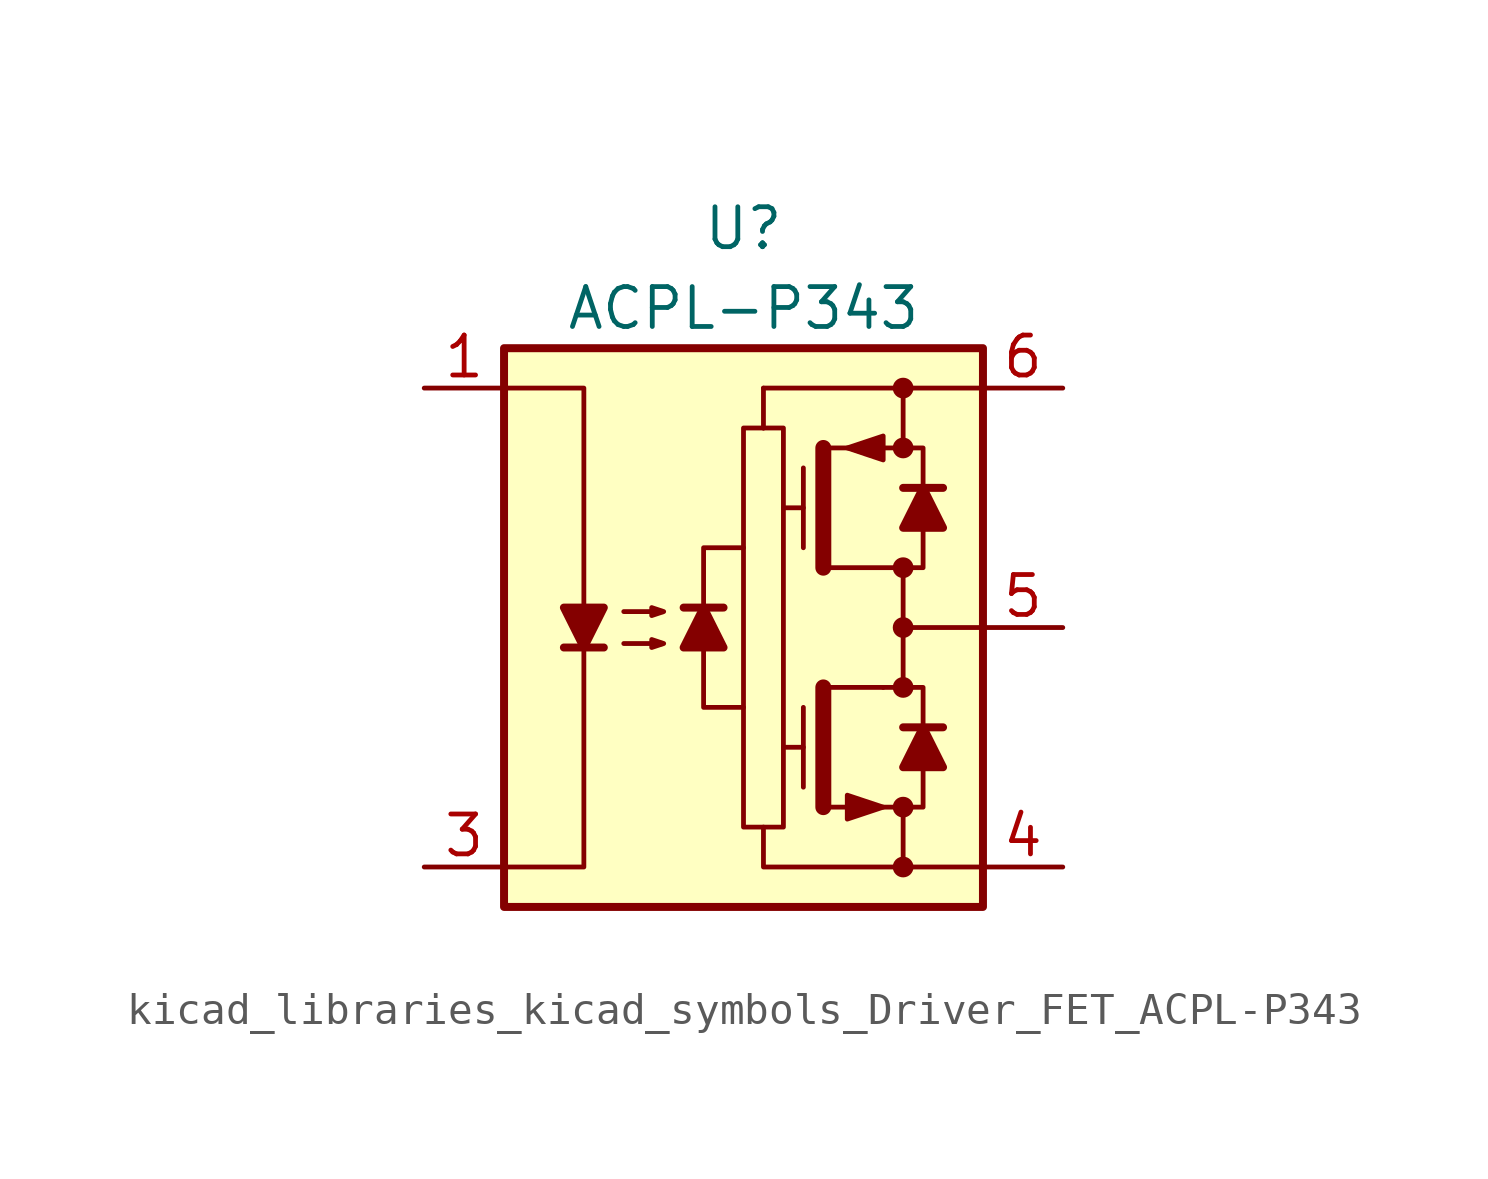
<source format=kicad_sym>
(kicad_symbol_lib
  (version 20220914)
  (generator kicad_symbol_editor)
  (symbol "kicad_libraries_kicad_symbols_Driver_FET_ACPL-P343"
    (pin_names hide)
    (property "Reference" "U"
      (at 0 12.7 0)
      (effects (font (size 1.27 1.27))))
    (property "Value" "ACPL-P343"
      (at 0 10.16 0)
      (effects (font (size 1.27 1.27))))
    (symbol "kicad_libraries_kicad_symbols_Driver_FET_ACPL-P343_0_1"
      (rectangle (start -7.62 8.89) (end 7.62 -8.89) (stroke (width 0.254) (type default)) (fill (type background)))
      (polyline (pts (xy -5.715 -0.635) (xy -4.445 -0.635)) (stroke (width 0.254) (type default)) (fill (type none)))
      (polyline (pts (xy -0.635 0.635) (xy -1.905 0.635)) (stroke (width 0.254) (type default)) (fill (type none)))
      (polyline (pts (xy 1.27 -3.81) (xy 1.905 -3.81)) (stroke (width 0) (type default)) (fill (type none)))
      (polyline (pts (xy 1.27 3.81) (xy 1.905 3.81)) (stroke (width 0) (type default)) (fill (type none)))
      (polyline (pts (xy 1.905 -5.08) (xy 1.905 -2.54)) (stroke (width 0) (type default)) (fill (type none)))
      (polyline (pts (xy 1.905 2.54) (xy 1.905 5.08)) (stroke (width 0) (type default)) (fill (type none)))
      (polyline (pts (xy 2.54 -5.715) (xy 2.54 -1.905)) (stroke (width 0.508) (type default)) (fill (type none)))
      (polyline (pts (xy 2.54 1.905) (xy 2.54 5.715)) (stroke (width 0.508) (type default)) (fill (type none)))
      (polyline (pts (xy 4.445 -1.905) (xy 2.54 -1.905)) (stroke (width 0) (type default)) (fill (type none)))
      (polyline (pts (xy 4.445 5.715) (xy 2.54 5.715)) (stroke (width 0) (type default)) (fill (type none)))
      (polyline (pts (xy 5.08 -5.715) (xy 5.08 -7.62)) (stroke (width 0) (type default)) (fill (type none)))
      (polyline (pts (xy 5.08 0) (xy 7.62 0)) (stroke (width 0) (type default)) (fill (type none)))
      (polyline (pts (xy 5.08 1.905) (xy 5.08 -1.905)) (stroke (width 0) (type default)) (fill (type none)))
      (polyline (pts (xy 5.08 7.62) (xy 5.08 5.715)) (stroke (width 0) (type default)) (fill (type none)))
      (polyline (pts (xy 6.35 -3.175) (xy 5.08 -3.175)) (stroke (width 0.254) (type default)) (fill (type none)))
      (polyline (pts (xy 6.35 4.445) (xy 5.08 4.445)) (stroke (width 0.254) (type default)) (fill (type none)))
      (polyline (pts (xy 7.62 7.62) (xy 0.635 7.62)) (stroke (width 0) (type default)) (fill (type none)))
      (polyline (pts (xy -1.27 -0.635) (xy -1.27 -2.54) (xy 0 -2.54)) (stroke (width 0) (type default)) (fill (type none)))
      (polyline (pts (xy -1.27 0.635) (xy -1.27 2.54) (xy 0 2.54)) (stroke (width 0) (type default)) (fill (type none)))
      (polyline (pts (xy 0.635 -6.35) (xy 0.635 -7.62) (xy 7.62 -7.62)) (stroke (width 0) (type default)) (fill (type none)))
      (polyline (pts (xy 4.445 -1.905) (xy 5.715 -1.905) (xy 5.715 -3.175)) (stroke (width 0) (type default)) (fill (type none)))
      (polyline (pts (xy 4.445 5.715) (xy 5.715 5.715) (xy 5.715 4.445)) (stroke (width 0) (type default)) (fill (type none)))
      (polyline (pts (xy 5.715 -4.445) (xy 5.715 -5.715) (xy 2.54 -5.715)) (stroke (width 0) (type default)) (fill (type none)))
      (polyline (pts (xy 5.715 3.175) (xy 5.715 1.905) (xy 2.54 1.905)) (stroke (width 0) (type default)) (fill (type none)))
      (polyline (pts (xy -7.62 7.62) (xy -5.08 7.62) (xy -5.08 -7.62) (xy -7.62 -7.62)) (stroke (width 0) (type default)) (fill (type none)))
      (polyline (pts (xy -5.08 -0.635) (xy -5.715 0.635) (xy -4.445 0.635) (xy -5.08 -0.635)) (stroke (width 0.254) (type default)) (fill (type outline)))
      (polyline (pts (xy -1.27 0.635) (xy -0.635 -0.635) (xy -1.905 -0.635) (xy -1.27 0.635)) (stroke (width 0.254) (type default)) (fill (type outline)))
      (polyline (pts (xy 3.302 5.715) (xy 4.445 6.096) (xy 4.445 5.334) (xy 3.302 5.715)) (stroke (width 0) (type default)) (fill (type outline)))
      (polyline (pts (xy 4.445 -5.715) (xy 3.302 -5.334) (xy 3.302 -6.096) (xy 4.445 -5.715)) (stroke (width 0) (type default)) (fill (type outline)))
      (polyline (pts (xy 5.715 -3.175) (xy 6.35 -4.445) (xy 5.08 -4.445) (xy 5.715 -3.175)) (stroke (width 0.254) (type default)) (fill (type outline)))
      (polyline (pts (xy 5.715 4.445) (xy 6.35 3.175) (xy 5.08 3.175) (xy 5.715 4.445)) (stroke (width 0.254) (type default)) (fill (type outline)))
      (polyline (pts (xy -3.81 -0.508) (xy -2.54 -0.508) (xy -2.921 -0.635) (xy -2.921 -0.381) (xy -2.54 -0.508)) (stroke (width 0) (type default)) (fill (type none)))
      (polyline (pts (xy -3.81 0.508) (xy -2.54 0.508) (xy -2.921 0.381) (xy -2.921 0.635) (xy -2.54 0.508)) (stroke (width 0) (type default)) (fill (type none)))
      (polyline (pts (xy 1.27 6.35) (xy 1.27 -6.35) (xy 0 -6.35) (xy 0 6.35) (xy 1.27 6.35)) (stroke (width 0) (type default)) (fill (type none)))
      (rectangle (start 0.635 6.35) (end 0.635 6.35) (stroke (width 0) (type default)) (fill (type none)))
      (rectangle (start 0.635 6.35) (end 0.635 7.62) (stroke (width 0) (type default)) (fill (type none)))
      (circle (center 5.08 -7.62) (radius 0.254) (stroke (width 0) (type default)) (fill (type outline)))
      (circle (center 5.08 -5.715) (radius 0.254) (stroke (width 0) (type default)) (fill (type outline)))
      (circle (center 5.08 -1.905) (radius 0.254) (stroke (width 0) (type default)) (fill (type outline)))
      (circle (center 5.08 0) (radius 0.254) (stroke (width 0) (type default)) (fill (type outline)))
      (circle (center 5.08 1.905) (radius 0.254) (stroke (width 0) (type default)) (fill (type outline)))
      (circle (center 5.08 5.715) (radius 0.254) (stroke (width 0) (type default)) (fill (type outline)))
      (circle (center 5.08 7.62) (radius 0.254) (stroke (width 0) (type default)) (fill (type outline))))
    (symbol "kicad_libraries_kicad_symbols_Driver_FET_ACPL-P343_1_1"
      (pin passive line (at -10.16 7.62 0) (length 2.54) (name "A" (effects (font (size 1.27 1.27)))) (number "1" (effects (font (size 1.27 1.27)))))
      (pin no_connect line (at -7.62 0 0) (length 2.54) hide (name "NC" (effects (font (size 1.27 1.27)))) (number "2" (effects (font (size 1.27 1.27)))))
      (pin passive line (at -10.16 -7.62 0) (length 2.54) (name "C" (effects (font (size 1.27 1.27)))) (number "3" (effects (font (size 1.27 1.27)))))
      (pin power_in line (at 10.16 -7.62 180) (length 2.54) (name "VEE" (effects (font (size 1.27 1.27)))) (number "4" (effects (font (size 1.27 1.27)))))
      (pin output line (at 10.16 0 180) (length 2.54) (name "VO" (effects (font (size 1.27 1.27)))) (number "5" (effects (font (size 1.27 1.27)))))
      (pin power_in line (at 10.16 7.62 180) (length 2.54) (name "VCC" (effects (font (size 1.27 1.27)))) (number "6" (effects (font (size 1.27 1.27))))))))
</source>
